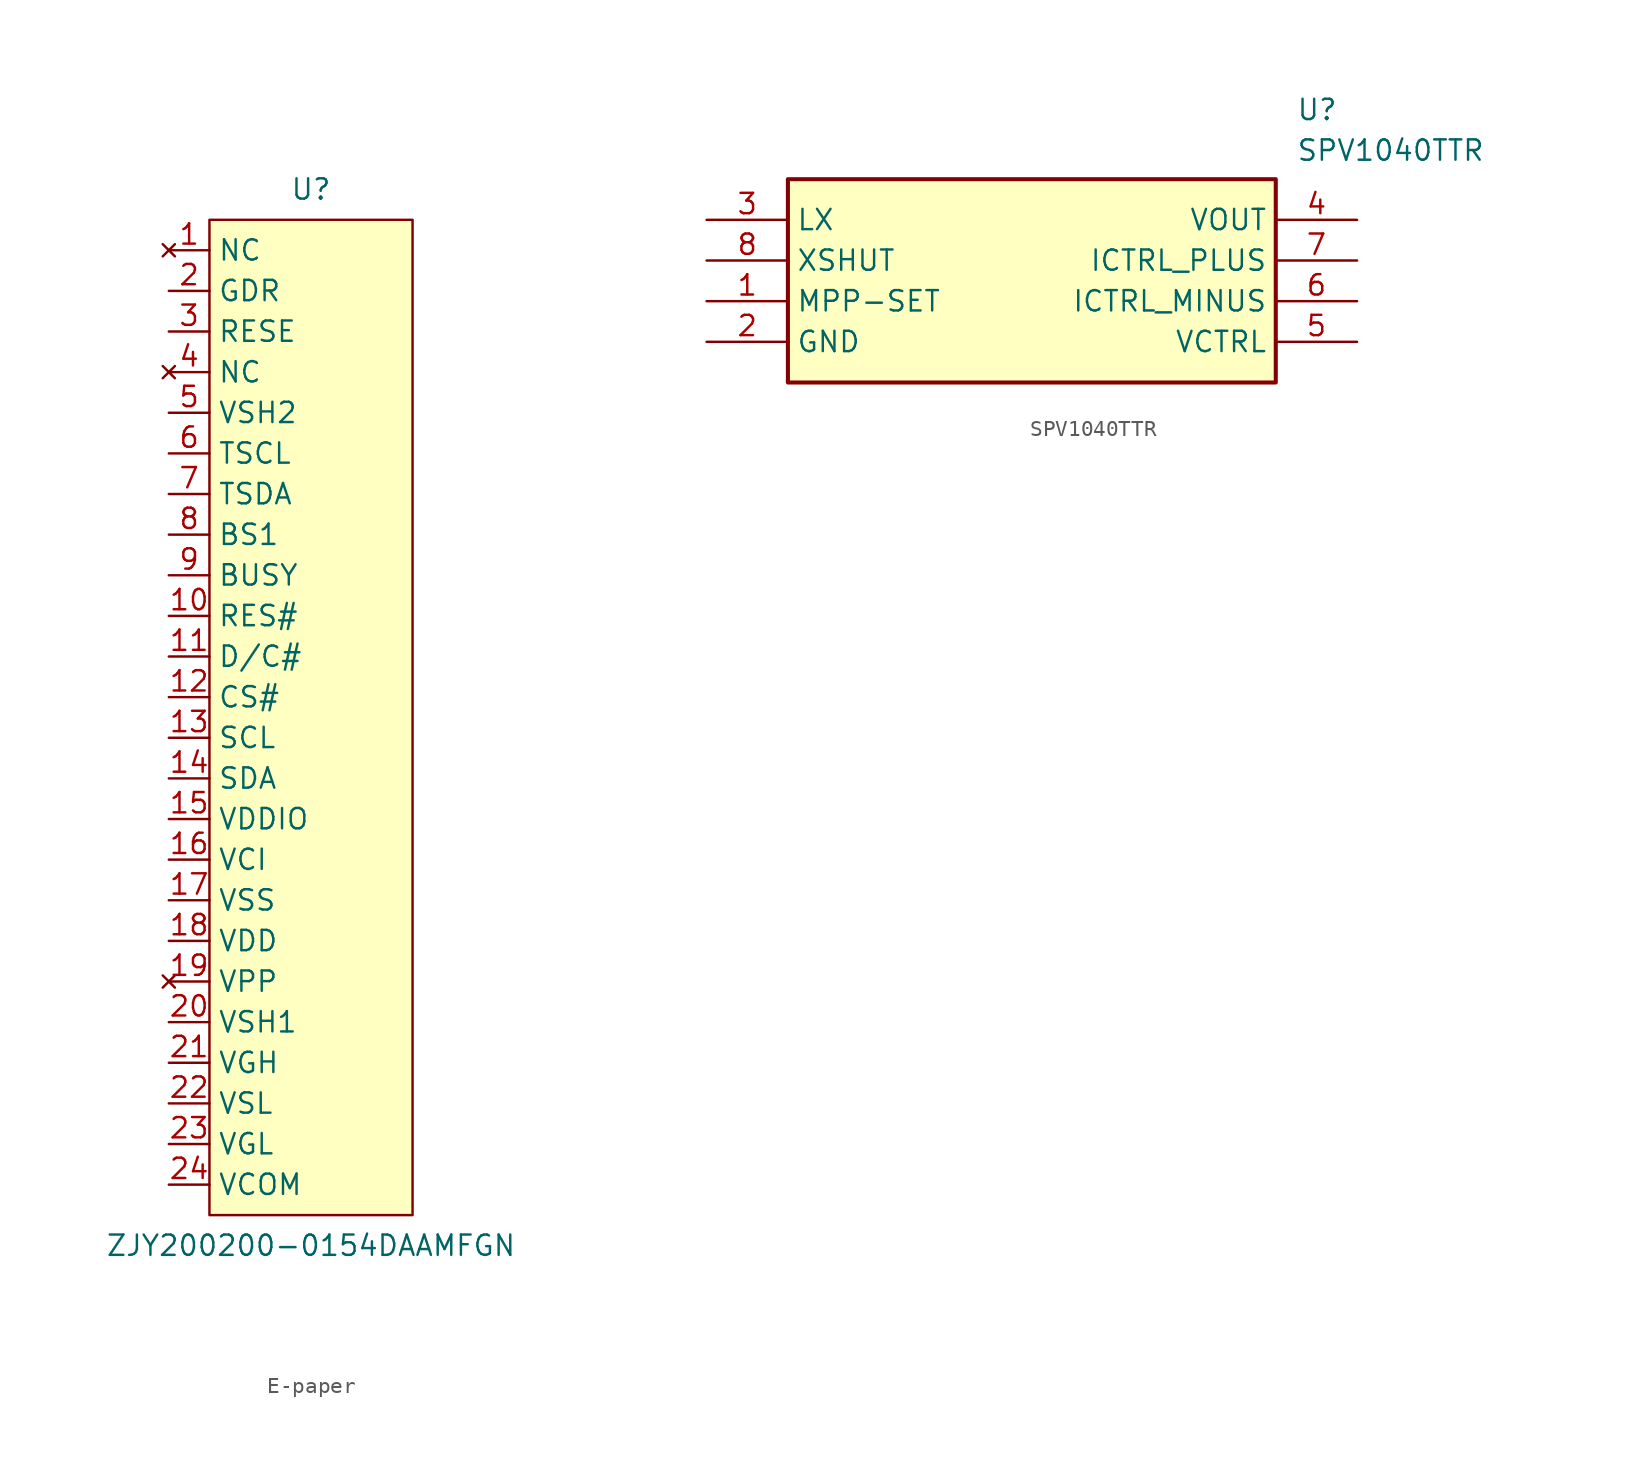
<source format=kicad_sym>
(kicad_symbol_lib
  (version 20220914)
  (generator kicad_symbol_editor)
  (symbol "E-paper"
    (property "Reference" "U"
      (at 0 33.02 0)
      (effects (font (size 1.27 1.27))))
    (property "Value" "ZJY200200-0154DAAMFGN"
      (at 0 -33.02 0)
      (effects (font (size 1.27 1.27))))
    (symbol "E-paper_1_1"
      (rectangle (start -6.35 31.115) (end 6.35 -31.115) (stroke (width 0) (type default)) (fill (type background)))
      (pin no_connect line (at -8.89 29.21 0) (length 2.54) (name "NC" (effects (font (size 1.27 1.27)))) (number "1" (effects (font (size 1.27 1.27)))))
      (pin input line (at -8.89 6.35 0) (length 2.54) (name "RES#" (effects (font (size 1.27 1.27)))) (number "10" (effects (font (size 1.27 1.27)))))
      (pin input line (at -8.89 3.81 0) (length 2.54) (name "D/C#" (effects (font (size 1.27 1.27)))) (number "11" (effects (font (size 1.27 1.27)))))
      (pin input line (at -8.89 1.27 0) (length 2.54) (name "CS#" (effects (font (size 1.27 1.27)))) (number "12" (effects (font (size 1.27 1.27)))))
      (pin input line (at -8.89 -1.27 0) (length 2.54) (name "SCL" (effects (font (size 1.27 1.27)))) (number "13" (effects (font (size 1.27 1.27)))))
      (pin input line (at -8.89 -3.81 0) (length 2.54) (name "SDA" (effects (font (size 1.27 1.27)))) (number "14" (effects (font (size 1.27 1.27)))))
      (pin power_in line (at -8.89 -6.35 0) (length 2.54) (name "VDDIO" (effects (font (size 1.27 1.27)))) (number "15" (effects (font (size 1.27 1.27)))))
      (pin power_in line (at -8.89 -8.89 0) (length 2.54) (name "VCI" (effects (font (size 1.27 1.27)))) (number "16" (effects (font (size 1.27 1.27)))))
      (pin power_in line (at -8.89 -11.43 0) (length 2.54) (name "VSS" (effects (font (size 1.27 1.27)))) (number "17" (effects (font (size 1.27 1.27)))))
      (pin bidirectional line (at -8.89 -13.97 0) (length 2.54) (name "VDD" (effects (font (size 1.27 1.27)))) (number "18" (effects (font (size 1.27 1.27)))))
      (pin no_connect line (at -8.89 -16.51 0) (length 2.54) (name "VPP" (effects (font (size 1.27 1.27)))) (number "19" (effects (font (size 1.27 1.27)))))
      (pin output line (at -8.89 26.67 0) (length 2.54) (name "GDR" (effects (font (size 1.27 1.27)))) (number "2" (effects (font (size 1.27 1.27)))))
      (pin bidirectional line (at -8.89 -19.05 0) (length 2.54) (name "VSH1" (effects (font (size 1.27 1.27)))) (number "20" (effects (font (size 1.27 1.27)))))
      (pin bidirectional line (at -8.89 -21.59 0) (length 2.54) (name "VGH" (effects (font (size 1.27 1.27)))) (number "21" (effects (font (size 1.27 1.27)))))
      (pin bidirectional line (at -8.89 -24.13 0) (length 2.54) (name "VSL" (effects (font (size 1.27 1.27)))) (number "22" (effects (font (size 1.27 1.27)))))
      (pin bidirectional line (at -8.89 -26.67 0) (length 2.54) (name "VGL" (effects (font (size 1.27 1.27)))) (number "23" (effects (font (size 1.27 1.27)))))
      (pin bidirectional line (at -8.89 -29.21 0) (length 2.54) (name "VCOM" (effects (font (size 1.27 1.27)))) (number "24" (effects (font (size 1.27 1.27)))))
      (pin input line (at -8.89 24.13 0) (length 2.54) (name "RESE" (effects (font (size 1.27 1.27)))) (number "3" (effects (font (size 1.27 1.27)))))
      (pin no_connect line (at -8.89 21.59 0) (length 2.54) (name "NC" (effects (font (size 1.27 1.27)))) (number "4" (effects (font (size 1.27 1.27)))))
      (pin bidirectional line (at -8.89 19.05 0) (length 2.54) (name "VSH2" (effects (font (size 1.27 1.27)))) (number "5" (effects (font (size 1.27 1.27)))))
      (pin output line (at -8.89 16.51 0) (length 2.54) (name "TSCL" (effects (font (size 1.27 1.27)))) (number "6" (effects (font (size 1.27 1.27)))))
      (pin bidirectional line (at -8.89 13.97 0) (length 2.54) (name "TSDA" (effects (font (size 1.27 1.27)))) (number "7" (effects (font (size 1.27 1.27)))))
      (pin input line (at -8.89 11.43 0) (length 2.54) (name "BS1" (effects (font (size 1.27 1.27)))) (number "8" (effects (font (size 1.27 1.27)))))
      (pin output line (at -8.89 8.89 0) (length 2.54) (name "BUSY" (effects (font (size 1.27 1.27)))) (number "9" (effects (font (size 1.27 1.27)))))))
  (symbol "SPV1040TTR"
    (property "Reference" "U"
      (at 36.83 7.62 0)
      (effects (font (size 1.27 1.27)) (justify left top)))
    (property "Value" "SPV1040TTR"
      (at 36.83 5.08 0)
      (effects (font (size 1.27 1.27)) (justify left top)))
    (symbol "SPV1040TTR_1_1"
      (rectangle (start 5.08 2.54) (end 35.56 -10.16) (stroke (width 0.254) (type default)) (fill (type background)))
      (pin input line (at 0 -5.08 0) (length 5.08) (name "MPP-SET" (effects (font (size 1.27 1.27)))) (number "1" (effects (font (size 1.27 1.27)))))
      (pin power_in line (at 0 -7.62 0) (length 5.08) (name "GND" (effects (font (size 1.27 1.27)))) (number "2" (effects (font (size 1.27 1.27)))))
      (pin input line (at 0 0 0) (length 5.08) (name "LX" (effects (font (size 1.27 1.27)))) (number "3" (effects (font (size 1.27 1.27)))))
      (pin power_out line (at 40.64 0 180) (length 5.08) (name "VOUT" (effects (font (size 1.27 1.27)))) (number "4" (effects (font (size 1.27 1.27)))))
      (pin input line (at 40.64 -7.62 180) (length 5.08) (name "VCTRL" (effects (font (size 1.27 1.27)))) (number "5" (effects (font (size 1.27 1.27)))))
      (pin input line (at 40.64 -5.08 180) (length 5.08) (name "ICTRL_MINUS" (effects (font (size 1.27 1.27)))) (number "6" (effects (font (size 1.27 1.27)))))
      (pin input line (at 40.64 -2.54 180) (length 5.08) (name "ICTRL_PLUS" (effects (font (size 1.27 1.27)))) (number "7" (effects (font (size 1.27 1.27)))))
      (pin input line (at 0 -2.54 0) (length 5.08) (name "XSHUT" (effects (font (size 1.27 1.27)))) (number "8" (effects (font (size 1.27 1.27))))))))
</source>
